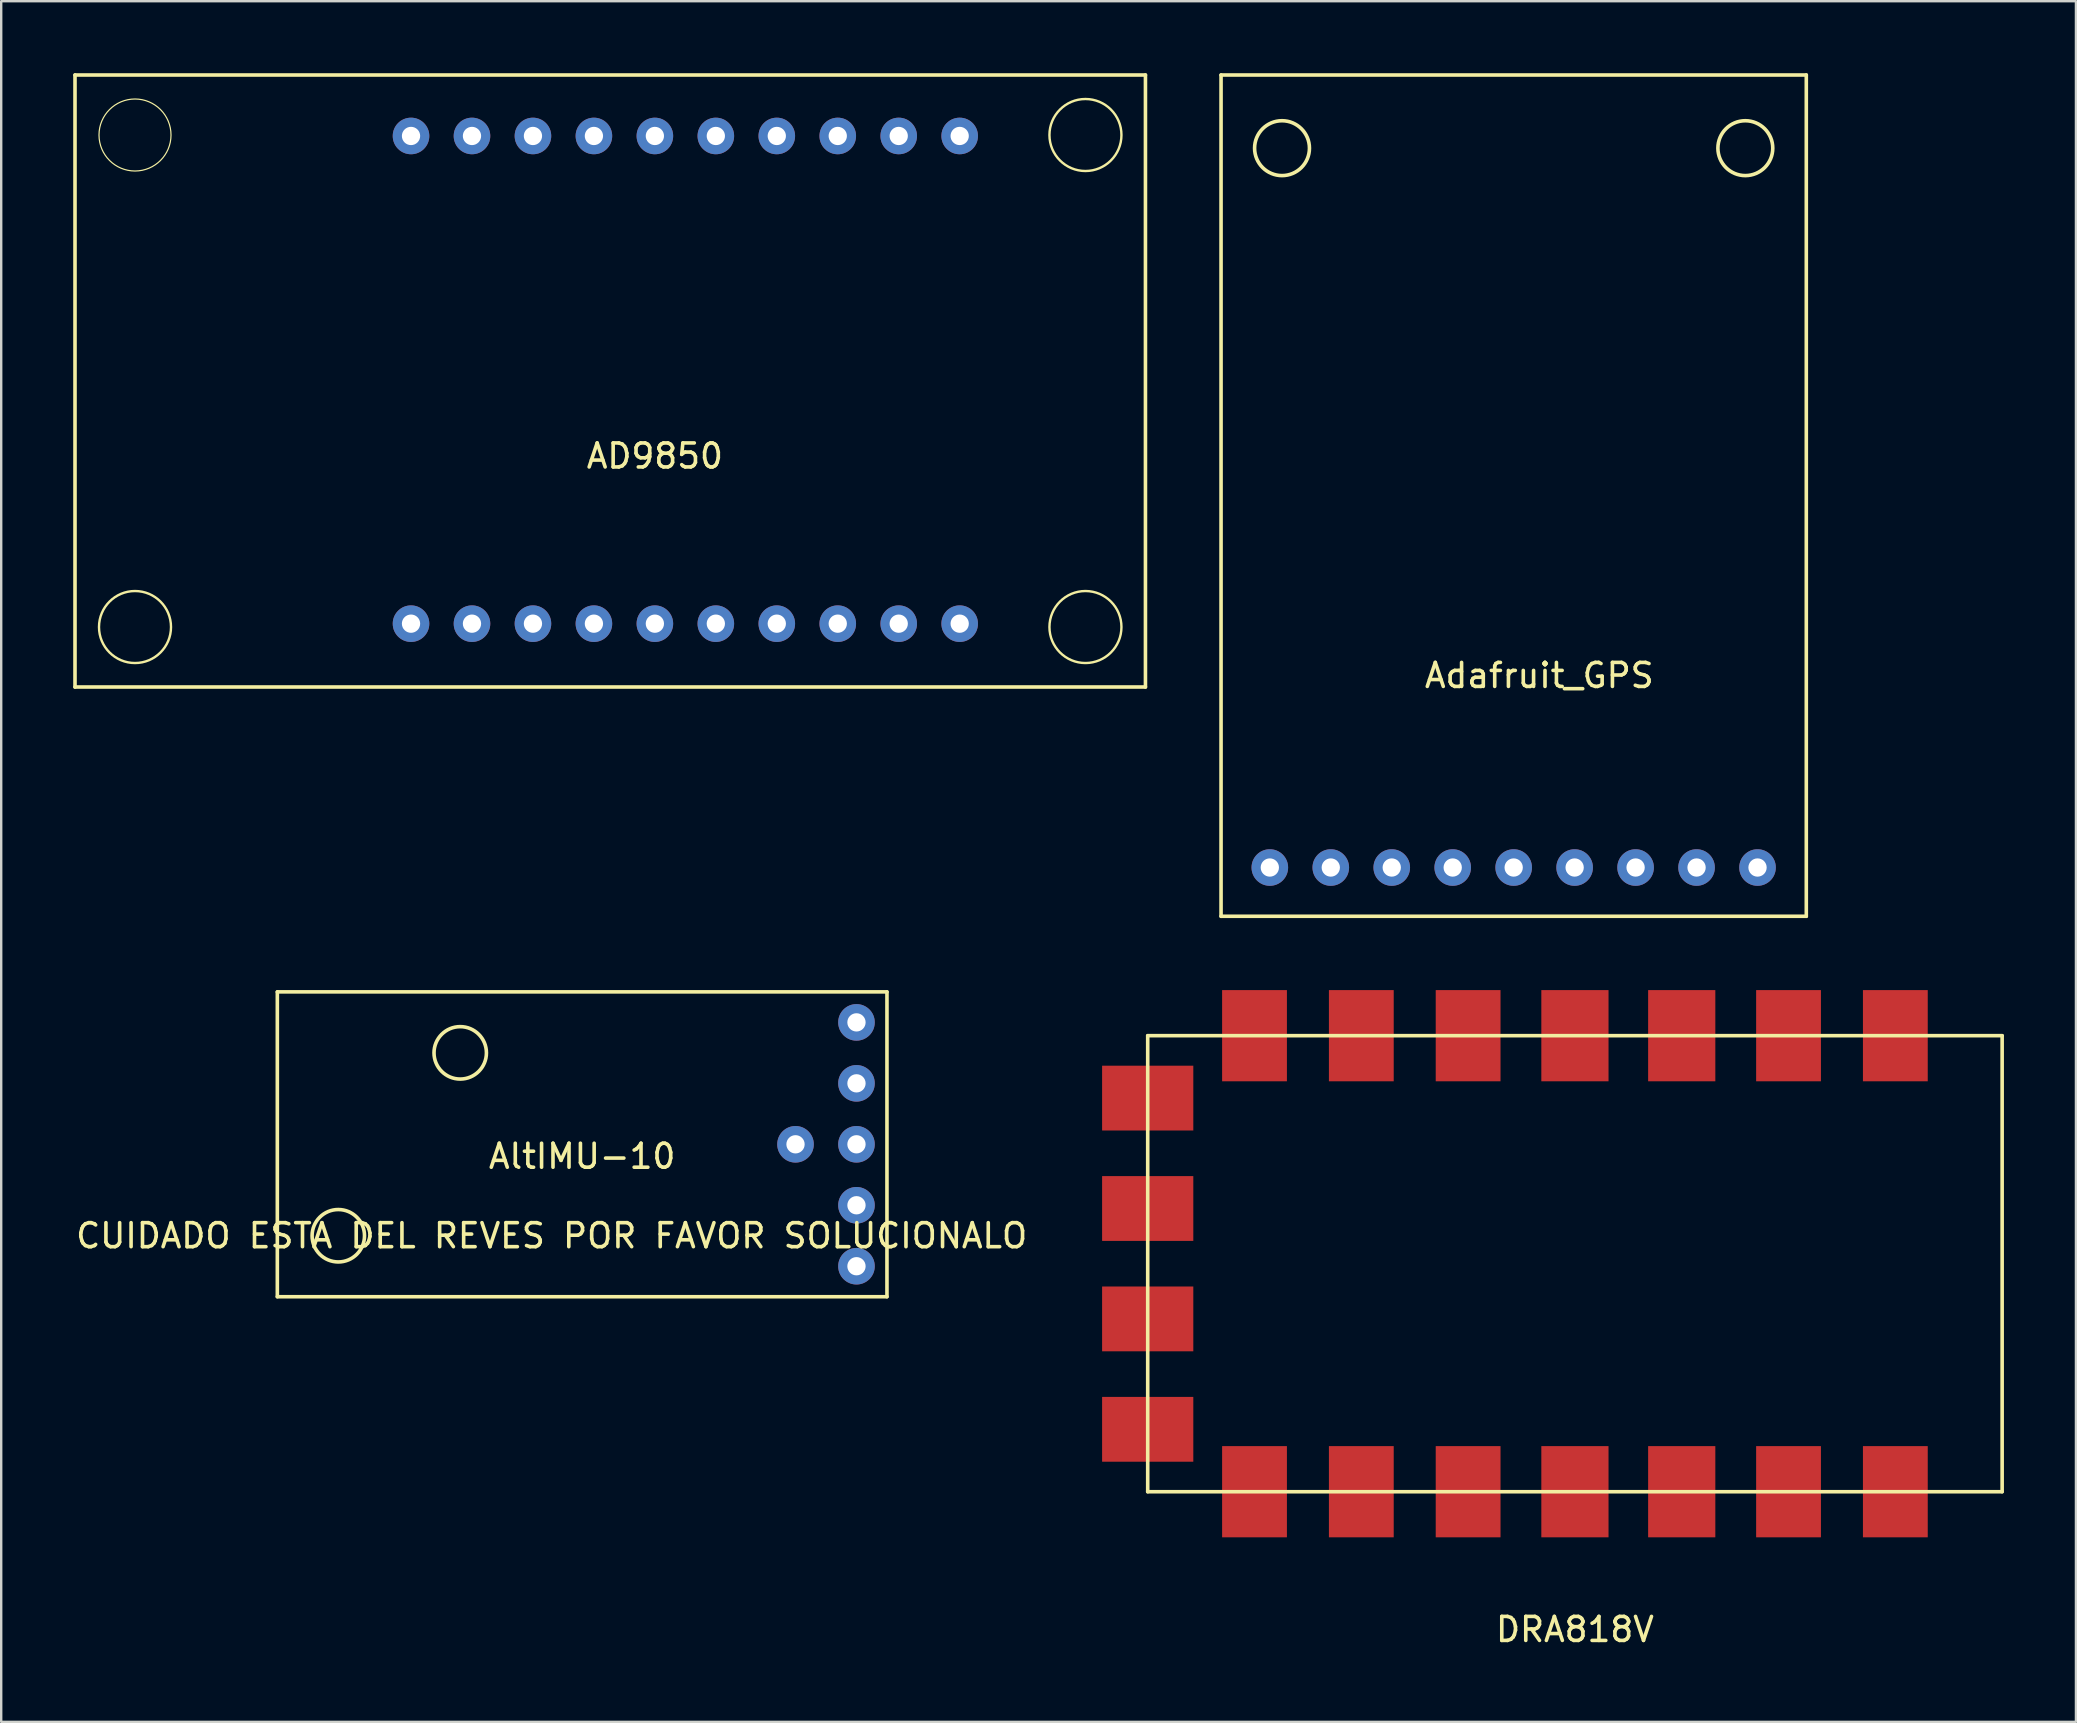
<source format=kicad_pcb>
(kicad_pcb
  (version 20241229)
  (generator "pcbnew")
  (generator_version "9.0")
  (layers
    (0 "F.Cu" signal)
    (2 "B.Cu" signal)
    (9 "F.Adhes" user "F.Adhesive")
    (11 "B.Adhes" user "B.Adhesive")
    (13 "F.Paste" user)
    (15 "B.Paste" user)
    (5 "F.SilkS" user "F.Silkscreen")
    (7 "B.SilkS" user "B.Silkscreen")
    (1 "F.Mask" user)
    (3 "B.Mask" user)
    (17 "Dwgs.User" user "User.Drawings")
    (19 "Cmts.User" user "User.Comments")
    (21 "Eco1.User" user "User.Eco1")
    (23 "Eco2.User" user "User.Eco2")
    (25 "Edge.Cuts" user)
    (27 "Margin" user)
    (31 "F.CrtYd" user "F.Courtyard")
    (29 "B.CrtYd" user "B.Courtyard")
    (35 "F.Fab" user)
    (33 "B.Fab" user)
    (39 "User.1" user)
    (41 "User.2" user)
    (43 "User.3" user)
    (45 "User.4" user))
  (footprint "Adafruit_GPS"
    (layer "F.Cu")
    (at 60.017 17.601)
    (property "Reference" "Adafruit_GPS" (at 1.067 7.493 0) (layer "F.SilkS") (effects (font (size 1 1) (thickness 0.15))))
    (attr through_hole)
    (fp_line (start -12.192 -17.526) (end -12.192 17.526) (stroke (width 0.15) (type solid)) (layer "F.SilkS"))
    (fp_line (start -12.192 -17.526) (end 12.192 -17.526) (stroke (width 0.15) (type solid)) (layer "F.SilkS"))
    (fp_line (start -12.192 17.526) (end 12.192 17.526) (stroke (width 0.15) (type solid)) (layer "F.SilkS"))
    (fp_line (start 12.192 -17.526) (end 12.192 17.526) (stroke (width 0.15) (type solid)) (layer "F.SilkS"))
    (fp_circle (center -9.652 -14.478) (end -8.509 -14.478) (stroke (width 0.15) (type solid)) (fill no) (layer "F.SilkS"))
    (fp_circle (center 9.652 -14.478) (end 10.795 -14.478) (stroke (width 0.15) (type solid)) (fill no) (layer "F.SilkS"))
    (pad "1" thru_hole circle (at -10.16 15.494) (size 1.524 1.524) (drill 0.762) (layers "*.Cu" "*.Mask"))
    (pad "2" thru_hole circle (at -7.62 15.494) (size 1.524 1.524) (drill 0.762) (layers "*.Cu" "*.Mask"))
    (pad "3" thru_hole circle (at -5.08 15.494) (size 1.524 1.524) (drill 0.762) (layers "*.Cu" "*.Mask"))
    (pad "4" thru_hole circle (at -2.54 15.494) (size 1.524 1.524) (drill 0.762) (layers "*.Cu" "*.Mask"))
    (pad "5" thru_hole circle (at 0 15.494) (size 1.524 1.524) (drill 0.762) (layers "*.Cu" "*.Mask"))
    (pad "6" thru_hole circle (at 2.54 15.494) (size 1.524 1.524) (drill 0.762) (layers "*.Cu" "*.Mask"))
    (pad "7" thru_hole circle (at 5.08 15.494) (size 1.524 1.524) (drill 0.762) (layers "*.Cu" "*.Mask"))
    (pad "8" thru_hole circle (at 7.62 15.494) (size 1.524 1.524) (drill 0.762) (layers "*.Cu" "*.Mask"))
    (pad "9" thru_hole circle (at 10.16 15.494) (size 1.524 1.524) (drill 0.762) (layers "*.Cu" "*.Mask")))
  (footprint "AD9850"
    (layer "F.Cu")
    (at 14.075 2.615)
    (property "Reference" "AD9850" (at 10.16 13.335 0) (layer "F.SilkS") (effects (font (size 1 1) (thickness 0.15))))
    (attr through_hole)
    (fp_line (start -14 -2.54) (end -14 22.96) (stroke (width 0.15) (type solid)) (layer "F.SilkS"))
    (fp_line (start -14 -2.54) (end 30.6 -2.54) (stroke (width 0.15) (type solid)) (layer "F.SilkS"))
    (fp_line (start -14 22.96) (end 30.6 22.96) (stroke (width 0.15) (type solid)) (layer "F.SilkS"))
    (fp_line (start 30.6 22.96) (end 30.6 -2.54) (stroke (width 0.15) (type solid)) (layer "F.SilkS"))
    (fp_circle (center -11.5 -0.04) (end -10 -0.04) (stroke (width 0.05) (type solid)) (fill no) (layer "F.SilkS"))
    (fp_circle (center -11.5 20.46) (end -10 20.46) (stroke (width 0.1) (type solid)) (fill no) (layer "F.SilkS"))
    (fp_circle (center 28.1 -0.04) (end 29.6 -0.04) (stroke (width 0.1) (type solid)) (fill no) (layer "F.SilkS"))
    (fp_circle (center 28.1 20.46) (end 29.6 20.46) (stroke (width 0.1) (type solid)) (fill no) (layer "F.SilkS"))
    (pad "1" thru_hole circle (at 0 20.32) (size 1.524 1.524) (drill 0.762) (layers "*.Cu" "*.Mask"))
    (pad "2" thru_hole circle (at 2.54 20.32) (size 1.524 1.524) (drill 0.762) (layers "*.Cu" "*.Mask"))
    (pad "3" thru_hole circle (at 5.08 20.32) (size 1.524 1.524) (drill 0.762) (layers "*.Cu" "*.Mask"))
    (pad "4" thru_hole circle (at 7.62 20.32) (size 1.524 1.524) (drill 0.762) (layers "*.Cu" "*.Mask"))
    (pad "5" thru_hole circle (at 10.16 20.32) (size 1.524 1.524) (drill 0.762) (layers "*.Cu" "*.Mask"))
    (pad "6" thru_hole circle (at 12.7 20.32) (size 1.524 1.524) (drill 0.762) (layers "*.Cu" "*.Mask"))
    (pad "7" thru_hole circle (at 15.24 20.32) (size 1.524 1.524) (drill 0.762) (layers "*.Cu" "*.Mask"))
    (pad "8" thru_hole circle (at 17.78 20.32) (size 1.524 1.524) (drill 0.762) (layers "*.Cu" "*.Mask"))
    (pad "9" thru_hole circle (at 20.32 20.32) (size 1.524 1.524) (drill 0.762) (layers "*.Cu" "*.Mask"))
    (pad "10" thru_hole circle (at 22.86 20.32) (size 1.524 1.524) (drill 0.762) (layers "*.Cu" "*.Mask"))
    (pad "11" thru_hole circle (at 22.86 0) (size 1.524 1.524) (drill 0.762) (layers "*.Cu" "*.Mask"))
    (pad "12" thru_hole circle (at 20.32 0) (size 1.524 1.524) (drill 0.762) (layers "*.Cu" "*.Mask"))
    (pad "13" thru_hole circle (at 17.78 0) (size 1.524 1.524) (drill 0.762) (layers "*.Cu" "*.Mask"))
    (pad "14" thru_hole circle (at 15.24 0) (size 1.524 1.524) (drill 0.762) (layers "*.Cu" "*.Mask"))
    (pad "15" thru_hole circle (at 12.7 0) (size 1.524 1.524) (drill 0.762) (layers "*.Cu" "*.Mask"))
    (pad "16" thru_hole circle (at 10.16 0) (size 1.524 1.524) (drill 0.762) (layers "*.Cu" "*.Mask"))
    (pad "17" thru_hole circle (at 7.62 0) (size 1.524 1.524) (drill 0.762) (layers "*.Cu" "*.Mask"))
    (pad "18" thru_hole circle (at 5.08 0) (size 1.524 1.524) (drill 0.762) (layers "*.Cu" "*.Mask"))
    (pad "19" thru_hole circle (at 2.54 0) (size 1.524 1.524) (drill 0.762) (layers "*.Cu" "*.Mask"))
    (pad "20" thru_hole circle (at 0 0) (size 1.524 1.524) (drill 0.762) (layers "*.Cu" "*.Mask")))
  (footprint "DRA818V"
    (layer "F.Cu")
    (at 62.569 49.602)
    (property "Reference" "DRA818V" (at 0 15.24 0) (layer "F.SilkS") (effects (font (size 1 1) (thickness 0.15))))
    (attr through_hole)
    (fp_line (start -17.8 -9.5) (end -17.8 9.5) (stroke (width 0.15) (type solid)) (layer "F.SilkS"))
    (fp_line (start -17.8 9.5) (end 17.8 9.5) (stroke (width 0.15) (type solid)) (layer "F.SilkS"))
    (fp_line (start 17.8 -9.5) (end -17.8 -9.5) (stroke (width 0.15) (type solid)) (layer "F.SilkS"))
    (fp_line (start 17.8 9.5) (end 17.8 -9.5) (stroke (width 0.15) (type solid)) (layer "F.SilkS"))
    (pad "1" smd rect (at 13.35 9.5 180) (size 2.7 3.8) (layers "F.Cu" "F.Mask" "F.Paste"))
    (pad "2" smd rect (at 8.9 9.5 180) (size 2.7 3.8) (layers "F.Cu" "F.Mask" "F.Paste"))
    (pad "3" smd rect (at 4.45 9.5 180) (size 2.8 3.8) (layers "F.Cu" "F.Mask" "F.Paste"))
    (pad "4" smd rect (at 0 9.5 180) (size 2.8 3.8) (layers "F.Cu" "F.Mask" "F.Paste"))
    (pad "5" smd rect (at -4.45 9.5 180) (size 2.7 3.8) (layers "F.Cu" "F.Mask" "F.Paste"))
    (pad "6" smd rect (at -8.9 9.5 180) (size 2.7 3.8) (layers "F.Cu" "F.Mask" "F.Paste"))
    (pad "7" smd rect (at -13.35 9.5) (size 2.7 3.8) (layers "F.Cu" "F.Mask" "F.Paste"))
    (pad "8" smd rect (at -17.8 6.9 90) (size 2.7 3.8) (layers "F.Cu" "F.Mask" "F.Paste"))
    (pad "9" smd rect (at -17.8 2.3 90) (size 2.7 3.8) (layers "F.Cu" "F.Mask" "F.Paste"))
    (pad "10" smd rect (at -17.8 -2.3 90) (size 2.7 3.8) (layers "F.Cu" "F.Mask" "F.Paste"))
    (pad "11" smd rect (at -17.8 -6.9 90) (size 2.7 3.8) (layers "F.Cu" "F.Mask" "F.Paste"))
    (pad "12" smd rect (at -13.35 -9.5) (size 2.7 3.8) (layers "F.Cu" "F.Mask" "F.Paste"))
    (pad "13" smd rect (at -8.9 -9.5) (size 2.7 3.8) (layers "F.Cu" "F.Mask" "F.Paste"))
    (pad "14" smd rect (at -4.45 -9.5) (size 2.7 3.8) (layers "F.Cu" "F.Mask" "F.Paste"))
    (pad "15" smd rect (at 0 -9.5) (size 2.8 3.8) (layers "F.Cu" "F.Mask" "F.Paste"))
    (pad "16" smd rect (at 4.45 -9.5) (size 2.8 3.8) (layers "F.Cu" "F.Mask" "F.Paste"))
    (pad "17" smd rect (at 8.9 -9.5) (size 2.7 3.8) (layers "F.Cu" "F.Mask" "F.Paste"))
    (pad "18" smd rect (at 13.35 -9.5) (size 2.7 3.8) (layers "F.Cu" "F.Mask" "F.Paste")))
  (footprint "AltIMU-10"
    (layer "F.Cu")
    (at 21.205 44.627)
    (property "Reference" "AltIMU-10" (at 0 0.5 0) (layer "F.SilkS") (effects (font (size 1 1) (thickness 0.15))))
    (attr through_hole)
    (fp_line (start -12.7 -6.35) (end -12.7 6.35) (stroke (width 0.15) (type solid)) (layer "F.SilkS"))
    (fp_line (start -12.7 -6.35) (end 12.7 -6.35) (stroke (width 0.15) (type solid)) (layer "F.SilkS"))
    (fp_line (start 12.7 6.35) (end -12.7 6.35) (stroke (width 0.15) (type solid)) (layer "F.SilkS"))
    (fp_line (start 12.7 6.35) (end 12.7 -6.35) (stroke (width 0.15) (type solid)) (layer "F.SilkS"))
    (fp_circle (center -10.16 3.81) (end -9.068 3.81) (stroke (width 0.15) (type solid)) (fill no) (layer "F.SilkS"))
    (fp_circle (center -5.08 -3.81) (end -3.988 -3.81) (stroke (width 0.15) (type solid)) (fill no) (layer "F.SilkS"))
    (fp_text user "CUIDADO ESTA DEL REVES POR FAVOR SOLUCIONALO" (at -1.27 3.81 0) (layer "F.SilkS") (effects (font (size 1 1) (thickness 0.15))))
    (pad "1" thru_hole circle (at 11.43 5.08) (size 1.524 1.524) (drill 0.762) (layers "*.Cu" "*.Mask"))
    (pad "2" thru_hole circle (at 11.43 2.54) (size 1.524 1.524) (drill 0.762) (layers "*.Cu" "*.Mask"))
    (pad "3" thru_hole circle (at 11.43 0) (size 1.524 1.524) (drill 0.762) (layers "*.Cu" "*.Mask"))
    (pad "4" thru_hole circle (at 11.43 -2.54) (size 1.524 1.524) (drill 0.762) (layers "*.Cu" "*.Mask"))
    (pad "5" thru_hole circle (at 11.43 -5.08) (size 1.524 1.524) (drill 0.762) (layers "*.Cu" "*.Mask"))
    (pad "6" thru_hole circle (at 8.89 0) (size 1.524 1.524) (drill 0.762) (layers "*.Cu" "*.Mask")))
  (gr_rect
    (start -3 -3)
    (end 83.444 68.69)
    (stroke (width 0.1) (type default))
    (fill no)
    (layer "Edge.Cuts")))
</source>
